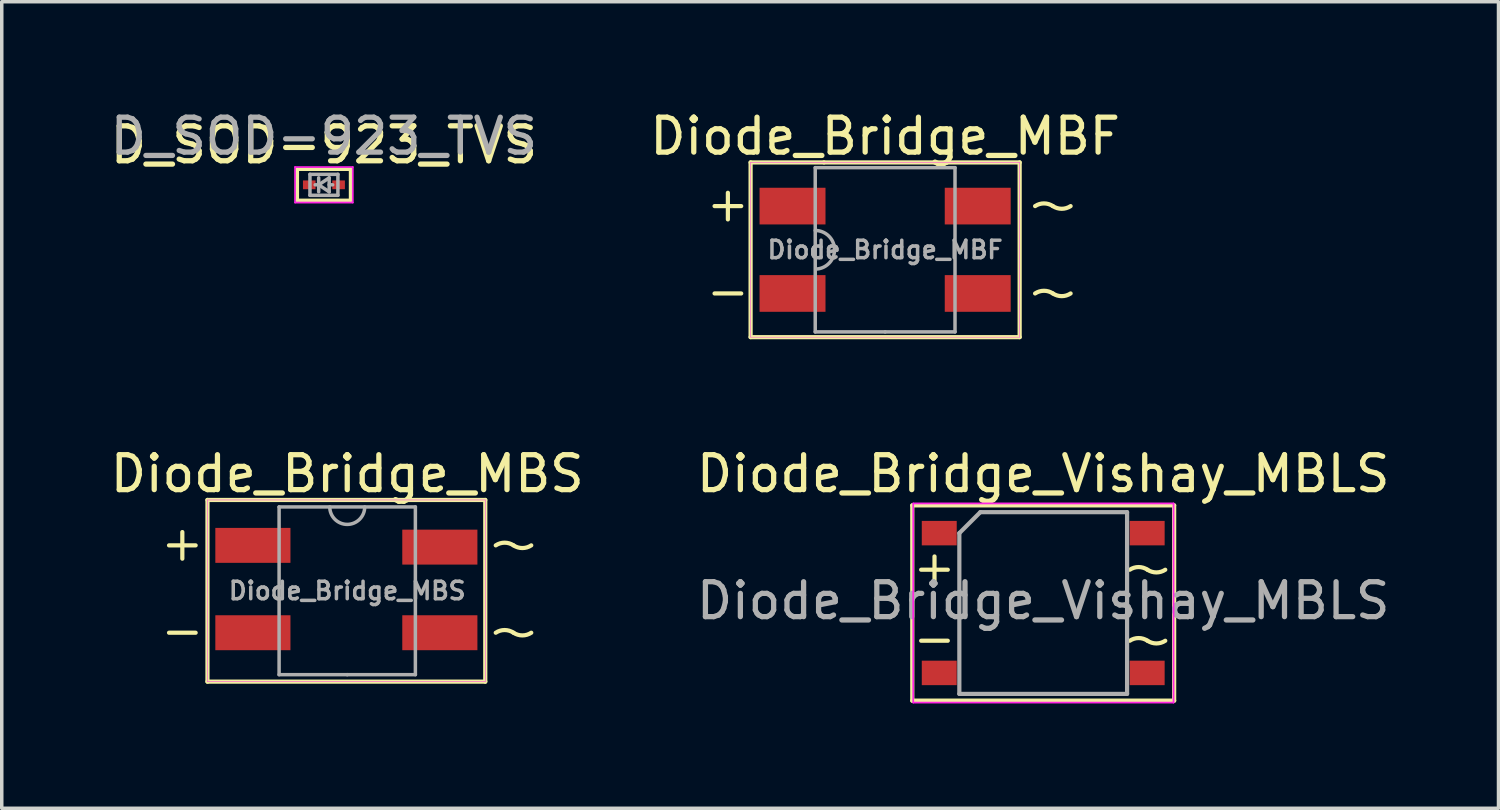
<source format=kicad_pcb>
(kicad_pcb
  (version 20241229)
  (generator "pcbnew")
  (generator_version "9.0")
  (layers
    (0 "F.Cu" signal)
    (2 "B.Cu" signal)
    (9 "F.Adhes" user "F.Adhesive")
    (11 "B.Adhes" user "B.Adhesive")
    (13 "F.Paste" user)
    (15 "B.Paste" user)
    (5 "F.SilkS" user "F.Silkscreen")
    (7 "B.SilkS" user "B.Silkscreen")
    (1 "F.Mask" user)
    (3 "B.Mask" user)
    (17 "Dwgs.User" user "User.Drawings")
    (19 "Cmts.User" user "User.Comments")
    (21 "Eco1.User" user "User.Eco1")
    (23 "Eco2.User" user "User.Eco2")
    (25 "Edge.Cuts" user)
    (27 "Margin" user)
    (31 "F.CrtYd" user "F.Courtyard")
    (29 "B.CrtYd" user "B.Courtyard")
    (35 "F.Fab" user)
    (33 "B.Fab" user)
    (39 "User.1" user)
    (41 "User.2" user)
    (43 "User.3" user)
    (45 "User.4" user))
  (footprint "Diode_Bridge_MBS"
    (layer "F.Cu")
    (at 6.887 13.857)
    (property "Reference" "Diode_Bridge_MBS" (at 0 -3.35 0) (unlocked yes) (layer "F.SilkS") (effects (font (size 1 1) (thickness 0.15))))
    (fp_line (start -5.1 -1.3) (end -4.338 -1.3) (stroke (width 0.12) (type solid)) (layer "F.SilkS"))
    (fp_line (start -5.1 1.2) (end -4.338 1.2) (stroke (width 0.12) (type solid)) (layer "F.SilkS"))
    (fp_line (start -4.719 -1.681) (end -4.719 -0.919) (stroke (width 0.12) (type solid)) (layer "F.SilkS"))
    (fp_line (start -4 -2.6) (end -4 2.6) (stroke (width 0.12) (type solid)) (layer "F.SilkS"))
    (fp_line (start -4 -2.6) (end 3.95 -2.6) (stroke (width 0.12) (type solid)) (layer "F.SilkS"))
    (fp_line (start 3.95 -2.6) (end 3.95 2.6) (stroke (width 0.12) (type solid)) (layer "F.SilkS"))
    (fp_line (start 3.95 2.6) (end -4 2.6) (stroke (width 0.12) (type solid)) (layer "F.SilkS"))
    (fp_arc (start 4.25 1.2) (mid 4.503999 1.123095) (end 4.757998 1.2) (stroke (width 0.12) (type solid)) (layer "F.SilkS"))
    (fp_arc (start 4.250003 -1.300001) (mid 4.504002 -1.376906) (end 4.758001 -1.300001) (stroke (width 0.12) (type solid)) (layer "F.SilkS"))
    (fp_arc (start 5.265999 1.199999) (mid 5.012 1.276904) (end 4.758001 1.199999) (stroke (width 0.12) (type solid)) (layer "F.SilkS"))
    (fp_arc (start 5.266002 -1.300002) (mid 5.012003 -1.223097) (end 4.758004 -1.300002) (stroke (width 0.12) (type solid)) (layer "F.SilkS"))
    (fp_line (start -4 -2.6) (end -4 2.6) (stroke (width 0.013) (type solid)) (layer "F.CrtYd"))
    (fp_line (start -4 2.6) (end 3.95 2.6) (stroke (width 0.013) (type solid)) (layer "F.CrtYd"))
    (fp_line (start 3.95 -2.6) (end -4 -2.6) (stroke (width 0.013) (type solid)) (layer "F.CrtYd"))
    (fp_line (start 3.95 2.6) (end 3.95 -2.6) (stroke (width 0.013) (type solid)) (layer "F.CrtYd"))
    (fp_line (start -1.95 -2.4) (end 1.95 -2.4) (stroke (width 0.1) (type solid)) (layer "F.Fab"))
    (fp_line (start -1.95 2.4) (end -1.95 -2.4) (stroke (width 0.1) (type solid)) (layer "F.Fab"))
    (fp_line (start 0 2.4) (end -1.95 2.4) (stroke (width 0.1) (type solid)) (layer "F.Fab"))
    (fp_line (start 1.95 -2.4) (end 1.95 2.4) (stroke (width 0.1) (type solid)) (layer "F.Fab"))
    (fp_line (start 1.95 2.4) (end 0 2.4) (stroke (width 0.1) (type solid)) (layer "F.Fab"))
    (fp_arc (start 0.5 -2.4) (mid 0 -1.9) (end -0.5 -2.4) (stroke (width 0.1) (type solid)) (layer "F.Fab"))
    (fp_text user "${REFERENCE}" (at 0 0 0) (layer "F.Fab") (effects (font (size 0.5 0.5) (thickness 0.1))))
    (pad "1" smd rect (at -2.7 -1.3) (size 2.15 1) (layers "F.Cu" "F.Mask" "F.Paste"))
    (pad "2" smd rect (at -2.7 1.2) (size 2.15 1) (layers "F.Cu" "F.Mask" "F.Paste"))
    (pad "3" smd rect (at 2.65 1.2) (size 2.15 1) (layers "F.Cu" "F.Mask" "F.Paste"))
    (pad "4" smd rect (at 2.65 -1.25) (size 2.15 1) (layers "F.Cu" "F.Mask" "F.Paste")))
  (footprint "Diode_Bridge_MBF"
    (layer "F.Cu")
    (at 22.28 4.098)
    (property "Reference" "Diode_Bridge_MBF" (at 0 -3.25 0) (unlocked yes) (layer "F.SilkS") (effects (font (size 1 1) (thickness 0.15))))
    (fp_line (start -4.881 -1.25) (end -4.119 -1.25) (stroke (width 0.12) (type solid)) (layer "F.SilkS"))
    (fp_line (start -4.881 1.25) (end -4.119 1.25) (stroke (width 0.12) (type solid)) (layer "F.SilkS"))
    (fp_line (start -4.5 -1.631) (end -4.5 -0.869) (stroke (width 0.12) (type solid)) (layer "F.SilkS"))
    (fp_line (start -3.85 -2.5) (end -3.85 2.5) (stroke (width 0.12) (type solid)) (layer "F.SilkS"))
    (fp_line (start -3.85 2.5) (end 3.85 2.5) (stroke (width 0.12) (type solid)) (layer "F.SilkS"))
    (fp_line (start -1.75 -2.5) (end -3.85 -2.5) (stroke (width 0.12) (type solid)) (layer "F.SilkS"))
    (fp_line (start 3.85 -2.5) (end -1.75 -2.5) (stroke (width 0.12) (type solid)) (layer "F.SilkS"))
    (fp_line (start 3.85 -2.5) (end 3.85 2.5) (stroke (width 0.12) (type solid)) (layer "F.SilkS"))
    (fp_arc (start 4.291999 1.250001) (mid 4.545998 1.173096) (end 4.799997 1.250001) (stroke (width 0.12) (type solid)) (layer "F.SilkS"))
    (fp_arc (start 4.292002 -1.25) (mid 4.546001 -1.326905) (end 4.8 -1.25) (stroke (width 0.12) (type solid)) (layer "F.SilkS"))
    (fp_arc (start 5.307998 1.25) (mid 5.053999 1.326905) (end 4.8 1.25) (stroke (width 0.12) (type solid)) (layer "F.SilkS"))
    (fp_arc (start 5.308001 -1.250001) (mid 5.054002 -1.173096) (end 4.800003 -1.250001) (stroke (width 0.12) (type solid)) (layer "F.SilkS"))
    (fp_line (start -3.85 -2.5) (end -3.85 2.5) (stroke (width 0.013) (type solid)) (layer "F.CrtYd"))
    (fp_line (start -3.85 2.5) (end 3.85 2.5) (stroke (width 0.013) (type solid)) (layer "F.CrtYd"))
    (fp_line (start 3.85 -2.5) (end -3.85 -2.5) (stroke (width 0.013) (type solid)) (layer "F.CrtYd"))
    (fp_line (start 3.85 2.5) (end 3.85 -2.5) (stroke (width 0.013) (type solid)) (layer "F.CrtYd"))
    (fp_line (start -2 -2.35) (end 2 -2.35) (stroke (width 0.1) (type solid)) (layer "F.Fab"))
    (fp_line (start -2 0) (end -2 -2.35) (stroke (width 0.1) (type solid)) (layer "F.Fab"))
    (fp_line (start -2 2.35) (end -2 0) (stroke (width 0.1) (type solid)) (layer "F.Fab"))
    (fp_line (start 0 2.35) (end -2 2.35) (stroke (width 0.1) (type solid)) (layer "F.Fab"))
    (fp_line (start 2 -2.35) (end 2 2.35) (stroke (width 0.1) (type solid)) (layer "F.Fab"))
    (fp_line (start 2 2.35) (end 0 2.35) (stroke (width 0.1) (type solid)) (layer "F.Fab"))
    (fp_arc (start -2 -0.552268) (mid -1.448299 -0.025026) (end -1.95 0.55) (stroke (width 0.1) (type solid)) (layer "F.Fab"))
    (fp_text user "${REFERENCE}" (at 0 0 0) (layer "F.Fab") (effects (font (size 0.5 0.5) (thickness 0.1))))
    (pad "1" smd rect (at -2.65 -1.25) (size 1.887 1.05) (layers "F.Cu" "F.Mask" "F.Paste"))
    (pad "2" smd rect (at -2.65 1.25) (size 1.887 1.05) (layers "F.Cu" "F.Mask" "F.Paste"))
    (pad "3" smd rect (at 2.65 1.25) (size 1.887 1.05) (layers "F.Cu" "F.Mask" "F.Paste"))
    (pad "4" smd rect (at 2.65 -1.25) (size 1.887 1.05) (layers "F.Cu" "F.Mask" "F.Paste")))
  (footprint "Diode_Bridge_Vishay_MBLS"
    (layer "F.Cu")
    (at 26.804 14.207)
    (property "Reference" "Diode_Bridge_Vishay_MBLS" (at 0 -3.7 0) (layer "F.SilkS") (effects (font (size 1 1) (thickness 0.15))))
    (attr smd)
    (fp_line (start -3.747 -2.794) (end -3.747 2.794) (stroke (width 0.12) (type solid)) (layer "F.SilkS"))
    (fp_line (start -3.747 2.794) (end 3.747 2.794) (stroke (width 0.12) (type solid)) (layer "F.SilkS"))
    (fp_line (start -3.493 -0.953) (end -2.731 -0.953) (stroke (width 0.12) (type solid)) (layer "F.SilkS"))
    (fp_line (start -3.493 1.079) (end -2.731 1.079) (stroke (width 0.12) (type solid)) (layer "F.SilkS"))
    (fp_line (start -3.111 -1.333) (end -3.111 -0.572) (stroke (width 0.12) (type solid)) (layer "F.SilkS"))
    (fp_line (start 3.747 -2.794) (end -3.747 -2.794) (stroke (width 0.12) (type solid)) (layer "F.SilkS"))
    (fp_line (start 3.747 2.794) (end 3.747 -2.794) (stroke (width 0.12) (type solid)) (layer "F.SilkS"))
    (fp_arc (start 2.476501 -0.952499) (mid 2.7305 -1.029404) (end 2.984499 -0.952499) (stroke (width 0.12) (type solid)) (layer "F.SilkS"))
    (fp_arc (start 2.476501 1.079501) (mid 2.7305 1.002596) (end 2.984499 1.079501) (stroke (width 0.12) (type solid)) (layer "F.SilkS"))
    (fp_arc (start 3.4925 -0.9525) (mid 3.238501 -0.875595) (end 2.984502 -0.9525) (stroke (width 0.12) (type solid)) (layer "F.SilkS"))
    (fp_arc (start 3.4925 1.0795) (mid 3.238501 1.156405) (end 2.984502 1.0795) (stroke (width 0.12) (type solid)) (layer "F.SilkS"))
    (fp_line (start -3.72 -2.85) (end -3.72 2.85) (stroke (width 0.05) (type solid)) (layer "F.CrtYd"))
    (fp_line (start -3.72 -2.85) (end 3.73 -2.85) (stroke (width 0.05) (type solid)) (layer "F.CrtYd"))
    (fp_line (start 3.73 2.85) (end -3.72 2.85) (stroke (width 0.05) (type solid)) (layer "F.CrtYd"))
    (fp_line (start 3.73 2.85) (end 3.73 -2.85) (stroke (width 0.05) (type solid)) (layer "F.CrtYd"))
    (fp_line (start -2.4 -2) (end -2.4 2.6) (stroke (width 0.12) (type solid)) (layer "F.Fab"))
    (fp_line (start -2.4 2.6) (end 2.4 2.6) (stroke (width 0.12) (type solid)) (layer "F.Fab"))
    (fp_line (start -1.8 -2.6) (end -2.4 -2) (stroke (width 0.12) (type solid)) (layer "F.Fab"))
    (fp_line (start 2.4 -2.6) (end -1.8 -2.6) (stroke (width 0.12) (type solid)) (layer "F.Fab"))
    (fp_line (start 2.4 2.6) (end 2.4 -2.6) (stroke (width 0.12) (type solid)) (layer "F.Fab"))
    (fp_text user "${REFERENCE}" (at 0 -0.065 0) (layer "F.Fab") (effects (font (size 1 1) (thickness 0.15))))
    (pad "1" smd rect (at -2.975 -2) (size 1 0.7) (layers "F.Cu" "F.Mask" "F.Paste"))
    (pad "2" smd rect (at -2.975 2) (size 1 0.7) (layers "F.Cu" "F.Mask" "F.Paste"))
    (pad "3" smd rect (at 2.975 2) (size 1 0.7) (layers "F.Cu" "F.Mask" "F.Paste"))
    (pad "4" smd rect (at 2.975 -2) (size 1 0.7) (layers "F.Cu" "F.Mask" "F.Paste")))
  (footprint "D_SOD-923_TVS"
    (layer "F.Cu")
    (at 6.22 2.239)
    (property "Reference" "D_SOD-923_TVS" (at 0 -1.143 0) (layer "F.SilkS") (effects (font (size 1 1) (thickness 0.15))))
    (attr smd)
    (fp_line (start -0.762 -0.445) (end -0.762 0.445) (stroke (width 0.1) (type solid)) (layer "F.SilkS"))
    (fp_line (start -0.762 0.445) (end 0.762 0.445) (stroke (width 0.1) (type solid)) (layer "F.SilkS"))
    (fp_line (start 0.762 -0.445) (end -0.762 -0.445) (stroke (width 0.1) (type solid)) (layer "F.SilkS"))
    (fp_line (start 0.762 0.445) (end 0.762 -0.445) (stroke (width 0.1) (type solid)) (layer "F.SilkS"))
    (fp_line (start -0.826 -0.508) (end -0.826 0.508) (stroke (width 0.05) (type solid)) (layer "F.CrtYd"))
    (fp_line (start -0.826 -0.508) (end 0.826 -0.508) (stroke (width 0.05) (type solid)) (layer "F.CrtYd"))
    (fp_line (start 0.826 -0.508) (end 0.826 0.508) (stroke (width 0.05) (type solid)) (layer "F.CrtYd"))
    (fp_line (start 0.826 0.508) (end -0.826 0.508) (stroke (width 0.05) (type solid)) (layer "F.CrtYd"))
    (fp_line (start -0.4 -0.3) (end 0.4 -0.3) (stroke (width 0.1) (type solid)) (layer "F.Fab"))
    (fp_line (start -0.4 0.3) (end -0.4 -0.3) (stroke (width 0.1) (type solid)) (layer "F.Fab"))
    (fp_line (start -0.15 0) (end -0.25 0) (stroke (width 0.1) (type solid)) (layer "F.Fab"))
    (fp_line (start -0.15 0) (end 0.15 0.2) (stroke (width 0.1) (type solid)) (layer "F.Fab"))
    (fp_line (start -0.15 0.2) (end -0.15 -0.2) (stroke (width 0.1) (type solid)) (layer "F.Fab"))
    (fp_line (start 0.15 -0.2) (end -0.15 0) (stroke (width 0.1) (type solid)) (layer "F.Fab"))
    (fp_line (start 0.15 0) (end 0.25 0) (stroke (width 0.1) (type solid)) (layer "F.Fab"))
    (fp_line (start 0.15 0.2) (end 0.15 -0.2) (stroke (width 0.1) (type solid)) (layer "F.Fab"))
    (fp_line (start 0.4 -0.3) (end 0.4 0.3) (stroke (width 0.1) (type solid)) (layer "F.Fab"))
    (fp_line (start 0.4 0.3) (end -0.4 0.3) (stroke (width 0.1) (type solid)) (layer "F.Fab"))
    (fp_text user "${REFERENCE}" (at 0 -1.391 0) (layer "F.Fab") (effects (font (size 1 1) (thickness 0.15))))
    (pad "1" smd rect (at -0.42 0 180) (size 0.36 0.25) (layers "F.Cu" "F.Mask" "F.Paste"))
    (pad "2" smd rect (at 0.42 0 180) (size 0.36 0.25) (layers "F.Cu" "F.Mask" "F.Paste")))
  (gr_rect
    (start -3 -3)
    (end 39.833 20.081)
    (stroke (width 0.1) (type default))
    (fill no)
    (layer "Edge.Cuts")))
</source>
